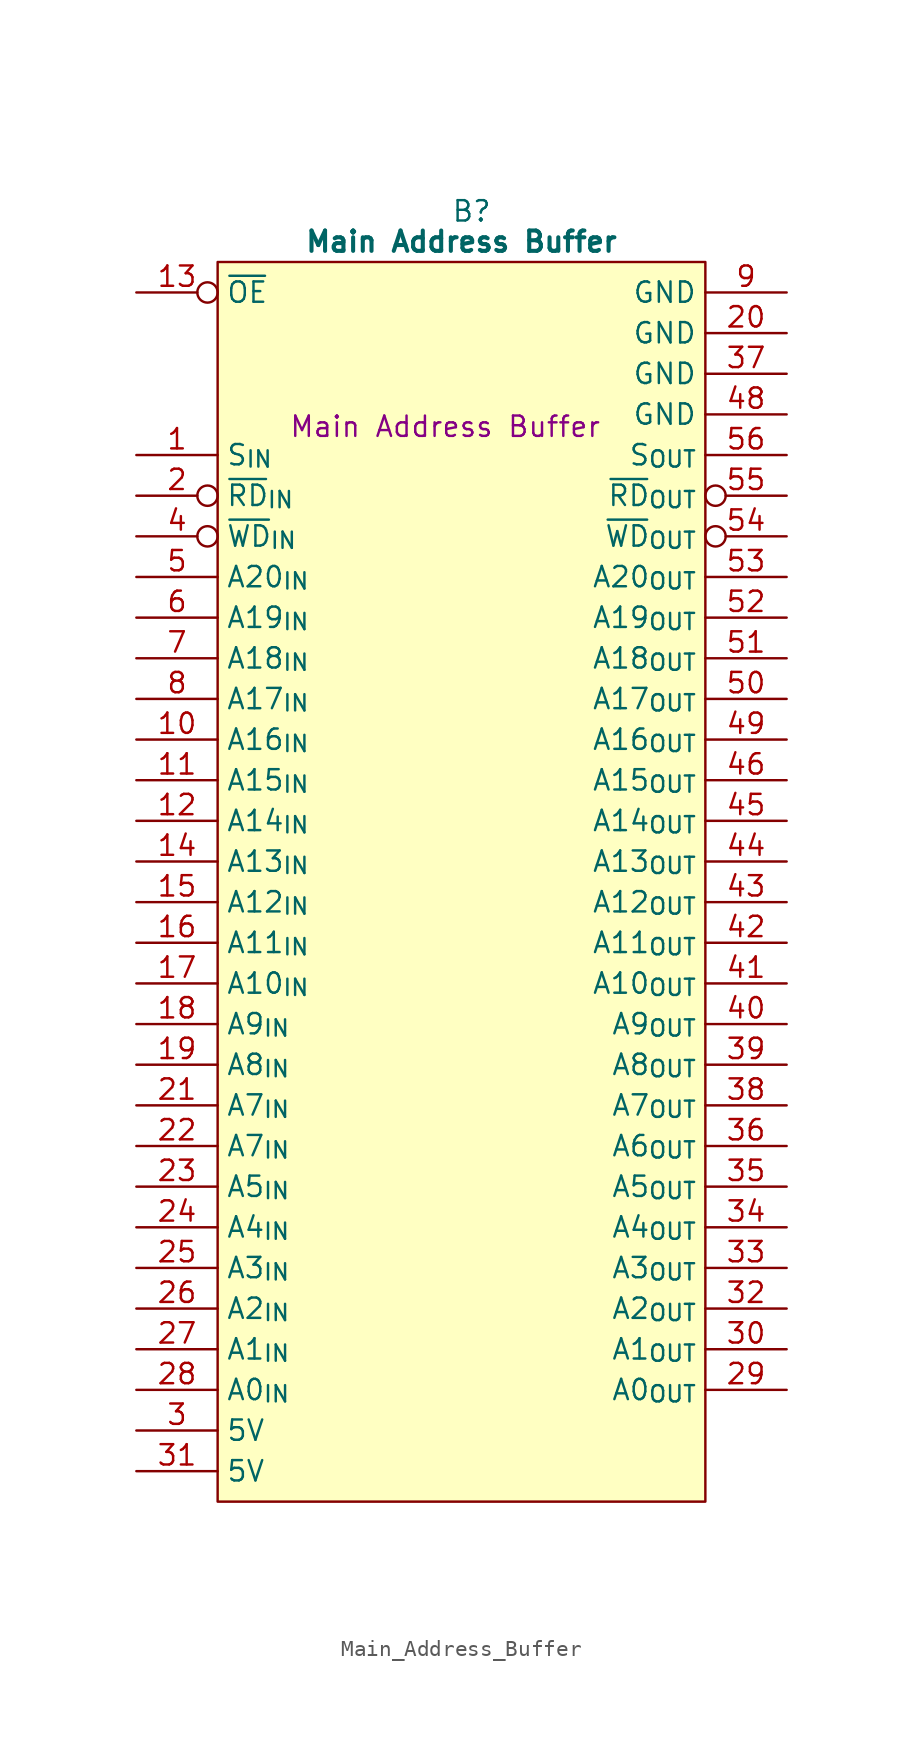
<source format=kicad_sym>
(kicad_symbol_lib
  (version 20241209)
  (generator "kicad_symbol_editor")
  (generator_version "9.0")
  (symbol "Main_Address_Buffer"
    (property "Reference" "B"
      (at 15.875 5.08 0)
      (effects (font (size 1.27 1.27))))
    (property "Value" "Main Address Buffer"
      (at 15.24 3.175 0)
      (effects (font (size 1.27 1.27) (bold yes))))
    (property "Description" "Main Address Buffer"
      (at 14.224 -8.382 0)
      (effects (font (size 1.27 1.27))))
    (symbol "Main_Address_Buffer_0_1"
      (polyline (pts (xy 0 1.905) (xy 30.48 1.905) (xy 30.48 -75.565) (xy 0 -75.565) (xy 0 1.905)) (stroke (width 0.152) (type default)) (fill (type background))))
    (symbol "Main_Address_Buffer_1_0"
      (pin passive line (at 35.56 -5.08 180) (length 5.08) (name "GND" (effects (font (size 1.27 1.27)))) (number "37" (effects (font (size 1.27 1.27))))))
    (symbol "Main_Address_Buffer_1_1"
      (pin input inverted (at -5.08 0 0) (length 5.08) (name "~{OE}" (effects (font (size 1.27 1.27)))) (number "13" (effects (font (size 1.27 1.27)))))
      (pin input line (at -5.08 -10.16 0) (length 5.08) (name "S_{IN}" (effects (font (size 1.27 1.27)))) (number "1" (effects (font (size 1.27 1.27)))))
      (pin input inverted (at -5.08 -12.7 0) (length 5.08) (name "~{RD}_{IN}" (effects (font (size 1.27 1.27)))) (number "2" (effects (font (size 1.27 1.27)))))
      (pin input inverted (at -5.08 -15.24 0) (length 5.08) (name "~{WD}_{IN}" (effects (font (size 1.27 1.27)))) (number "4" (effects (font (size 1.27 1.27)))))
      (pin input line (at -5.08 -17.78 0) (length 5.08) (name "A20_{IN}" (effects (font (size 1.27 1.27)))) (number "5" (effects (font (size 1.27 1.27)))))
      (pin input line (at -5.08 -20.32 0) (length 5.08) (name "A19_{IN}" (effects (font (size 1.27 1.27)))) (number "6" (effects (font (size 1.27 1.27)))))
      (pin input line (at -5.08 -22.86 0) (length 5.08) (name "A18_{IN}" (effects (font (size 1.27 1.27)))) (number "7" (effects (font (size 1.27 1.27)))))
      (pin input line (at -5.08 -25.4 0) (length 5.08) (name "A17_{IN}" (effects (font (size 1.27 1.27)))) (number "8" (effects (font (size 1.27 1.27)))))
      (pin input line (at -5.08 -27.94 0) (length 5.08) (name "A16_{IN}" (effects (font (size 1.27 1.27)))) (number "10" (effects (font (size 1.27 1.27)))))
      (pin input line (at -5.08 -30.48 0) (length 5.08) (name "A15_{IN}" (effects (font (size 1.27 1.27)))) (number "11" (effects (font (size 1.27 1.27)))))
      (pin input line (at -5.08 -33.02 0) (length 5.08) (name "A14_{IN}" (effects (font (size 1.27 1.27)))) (number "12" (effects (font (size 1.27 1.27)))))
      (pin input line (at -5.08 -35.56 0) (length 5.08) (name "A13_{IN}" (effects (font (size 1.27 1.27)))) (number "14" (effects (font (size 1.27 1.27)))))
      (pin input line (at -5.08 -38.1 0) (length 5.08) (name "A12_{IN}" (effects (font (size 1.27 1.27)))) (number "15" (effects (font (size 1.27 1.27)))))
      (pin input line (at -5.08 -40.64 0) (length 5.08) (name "A11_{IN}" (effects (font (size 1.27 1.27)))) (number "16" (effects (font (size 1.27 1.27)))))
      (pin input line (at -5.08 -43.18 0) (length 5.08) (name "A10_{IN}" (effects (font (size 1.27 1.27)))) (number "17" (effects (font (size 1.27 1.27)))))
      (pin input line (at -5.08 -45.72 0) (length 5.08) (name "A9_{IN}" (effects (font (size 1.27 1.27)))) (number "18" (effects (font (size 1.27 1.27)))))
      (pin input line (at -5.08 -48.26 0) (length 5.08) (name "A8_{IN}" (effects (font (size 1.27 1.27)))) (number "19" (effects (font (size 1.27 1.27)))))
      (pin input line (at -5.08 -50.8 0) (length 5.08) (name "A7_{IN}" (effects (font (size 1.27 1.27)))) (number "21" (effects (font (size 1.27 1.27)))))
      (pin input line (at -5.08 -53.34 0) (length 5.08) (name "A7_{IN}" (effects (font (size 1.27 1.27)))) (number "22" (effects (font (size 1.27 1.27)))))
      (pin input line (at -5.08 -55.88 0) (length 5.08) (name "A5_{IN}" (effects (font (size 1.27 1.27)))) (number "23" (effects (font (size 1.27 1.27)))))
      (pin input line (at -5.08 -58.42 0) (length 5.08) (name "A4_{IN}" (effects (font (size 1.27 1.27)))) (number "24" (effects (font (size 1.27 1.27)))))
      (pin input line (at -5.08 -60.96 0) (length 5.08) (name "A3_{IN}" (effects (font (size 1.27 1.27)))) (number "25" (effects (font (size 1.27 1.27)))))
      (pin input line (at -5.08 -63.5 0) (length 5.08) (name "A2_{IN}" (effects (font (size 1.27 1.27)))) (number "26" (effects (font (size 1.27 1.27)))))
      (pin input line (at -5.08 -66.04 0) (length 5.08) (name "A1_{IN}" (effects (font (size 1.27 1.27)))) (number "27" (effects (font (size 1.27 1.27)))))
      (pin input line (at -5.08 -68.58 0) (length 5.08) (name "A0_{IN}" (effects (font (size 1.27 1.27)))) (number "28" (effects (font (size 1.27 1.27)))))
      (pin passive line (at -5.08 -71.12 0) (length 5.08) (name "5V" (effects (font (size 1.27 1.27)))) (number "3" (effects (font (size 1.27 1.27)))))
      (pin passive line (at -5.08 -73.66 0) (length 5.08) (name "5V" (effects (font (size 1.27 1.27)))) (number "31" (effects (font (size 1.27 1.27)))))
      (pin passive line (at 35.56 0 180) (length 5.08) (name "GND" (effects (font (size 1.27 1.27)))) (number "9" (effects (font (size 1.27 1.27)))))
      (pin passive line (at 35.56 -2.54 180) (length 5.08) (name "GND" (effects (font (size 1.27 1.27)))) (number "20" (effects (font (size 1.27 1.27)))))
      (pin passive line (at 35.56 -7.62 180) (length 5.08) (name "GND" (effects (font (size 1.27 1.27)))) (number "48" (effects (font (size 1.27 1.27)))))
      (pin tri_state line (at 35.56 -10.16 180) (length 5.08) (name "S_{OUT}" (effects (font (size 1.27 1.27)))) (number "56" (effects (font (size 1.27 1.27)))))
      (pin tri_state inverted (at 35.56 -12.7 180) (length 5.08) (name "~{RD}_{OUT}" (effects (font (size 1.27 1.27)))) (number "55" (effects (font (size 1.27 1.27)))))
      (pin tri_state inverted (at 35.56 -15.24 180) (length 5.08) (name "~{WD}_{OUT}" (effects (font (size 1.27 1.27)))) (number "54" (effects (font (size 1.27 1.27)))))
      (pin tri_state line (at 35.56 -17.78 180) (length 5.08) (name "A20_{OUT}" (effects (font (size 1.27 1.27)))) (number "53" (effects (font (size 1.27 1.27)))))
      (pin tri_state line (at 35.56 -20.32 180) (length 5.08) (name "A19_{OUT}" (effects (font (size 1.27 1.27)))) (number "52" (effects (font (size 1.27 1.27)))))
      (pin tri_state line (at 35.56 -22.86 180) (length 5.08) (name "A18_{OUT}" (effects (font (size 1.27 1.27)))) (number "51" (effects (font (size 1.27 1.27)))))
      (pin tri_state line (at 35.56 -25.4 180) (length 5.08) (name "A17_{OUT}" (effects (font (size 1.27 1.27)))) (number "50" (effects (font (size 1.27 1.27)))))
      (pin tri_state line (at 35.56 -27.94 180) (length 5.08) (name "A16_{OUT}" (effects (font (size 1.27 1.27)))) (number "49" (effects (font (size 1.27 1.27)))))
      (pin tri_state line (at 35.56 -30.48 180) (length 5.08) (name "A15_{OUT}" (effects (font (size 1.27 1.27)))) (number "46" (effects (font (size 1.27 1.27)))))
      (pin tri_state line (at 35.56 -33.02 180) (length 5.08) (name "A14_{OUT}" (effects (font (size 1.27 1.27)))) (number "45" (effects (font (size 1.27 1.27)))))
      (pin tri_state line (at 35.56 -35.56 180) (length 5.08) (name "A13_{OUT}" (effects (font (size 1.27 1.27)))) (number "44" (effects (font (size 1.27 1.27)))))
      (pin tri_state line (at 35.56 -38.1 180) (length 5.08) (name "A12_{OUT}" (effects (font (size 1.27 1.27)))) (number "43" (effects (font (size 1.27 1.27)))))
      (pin tri_state line (at 35.56 -40.64 180) (length 5.08) (name "A11_{OUT}" (effects (font (size 1.27 1.27)))) (number "42" (effects (font (size 1.27 1.27)))))
      (pin tri_state line (at 35.56 -43.18 180) (length 5.08) (name "A10_{OUT}" (effects (font (size 1.27 1.27)))) (number "41" (effects (font (size 1.27 1.27)))))
      (pin tri_state line (at 35.56 -45.72 180) (length 5.08) (name "A9_{OUT}" (effects (font (size 1.27 1.27)))) (number "40" (effects (font (size 1.27 1.27)))))
      (pin tri_state line (at 35.56 -48.26 180) (length 5.08) (name "A8_{OUT}" (effects (font (size 1.27 1.27)))) (number "39" (effects (font (size 1.27 1.27)))))
      (pin tri_state line (at 35.56 -50.8 180) (length 5.08) (name "A7_{OUT}" (effects (font (size 1.27 1.27)))) (number "38" (effects (font (size 1.27 1.27)))))
      (pin tri_state line (at 35.56 -53.34 180) (length 5.08) (name "A6_{OUT}" (effects (font (size 1.27 1.27)))) (number "36" (effects (font (size 1.27 1.27)))))
      (pin tri_state line (at 35.56 -55.88 180) (length 5.08) (name "A5_{OUT}" (effects (font (size 1.27 1.27)))) (number "35" (effects (font (size 1.27 1.27)))))
      (pin tri_state line (at 35.56 -58.42 180) (length 5.08) (name "A4_{OUT}" (effects (font (size 1.27 1.27)))) (number "34" (effects (font (size 1.27 1.27)))))
      (pin tri_state line (at 35.56 -60.96 180) (length 5.08) (name "A3_{OUT}" (effects (font (size 1.27 1.27)))) (number "33" (effects (font (size 1.27 1.27)))))
      (pin tri_state line (at 35.56 -63.5 180) (length 5.08) (name "A2_{OUT}" (effects (font (size 1.27 1.27)))) (number "32" (effects (font (size 1.27 1.27)))))
      (pin tri_state line (at 35.56 -66.04 180) (length 5.08) (name "A1_{OUT}" (effects (font (size 1.27 1.27)))) (number "30" (effects (font (size 1.27 1.27)))))
      (pin tri_state line (at 35.56 -68.58 180) (length 5.08) (name "A0_{OUT}" (effects (font (size 1.27 1.27)))) (number "29" (effects (font (size 1.27 1.27)))))
      (pin no_connect line (at 35.56 -71.12 180) (length 5.08) (hide yes) (name "N.C." (effects (font (size 1.27 1.27)))) (number "47" (effects (font (size 1.27 1.27))))))))
</source>
